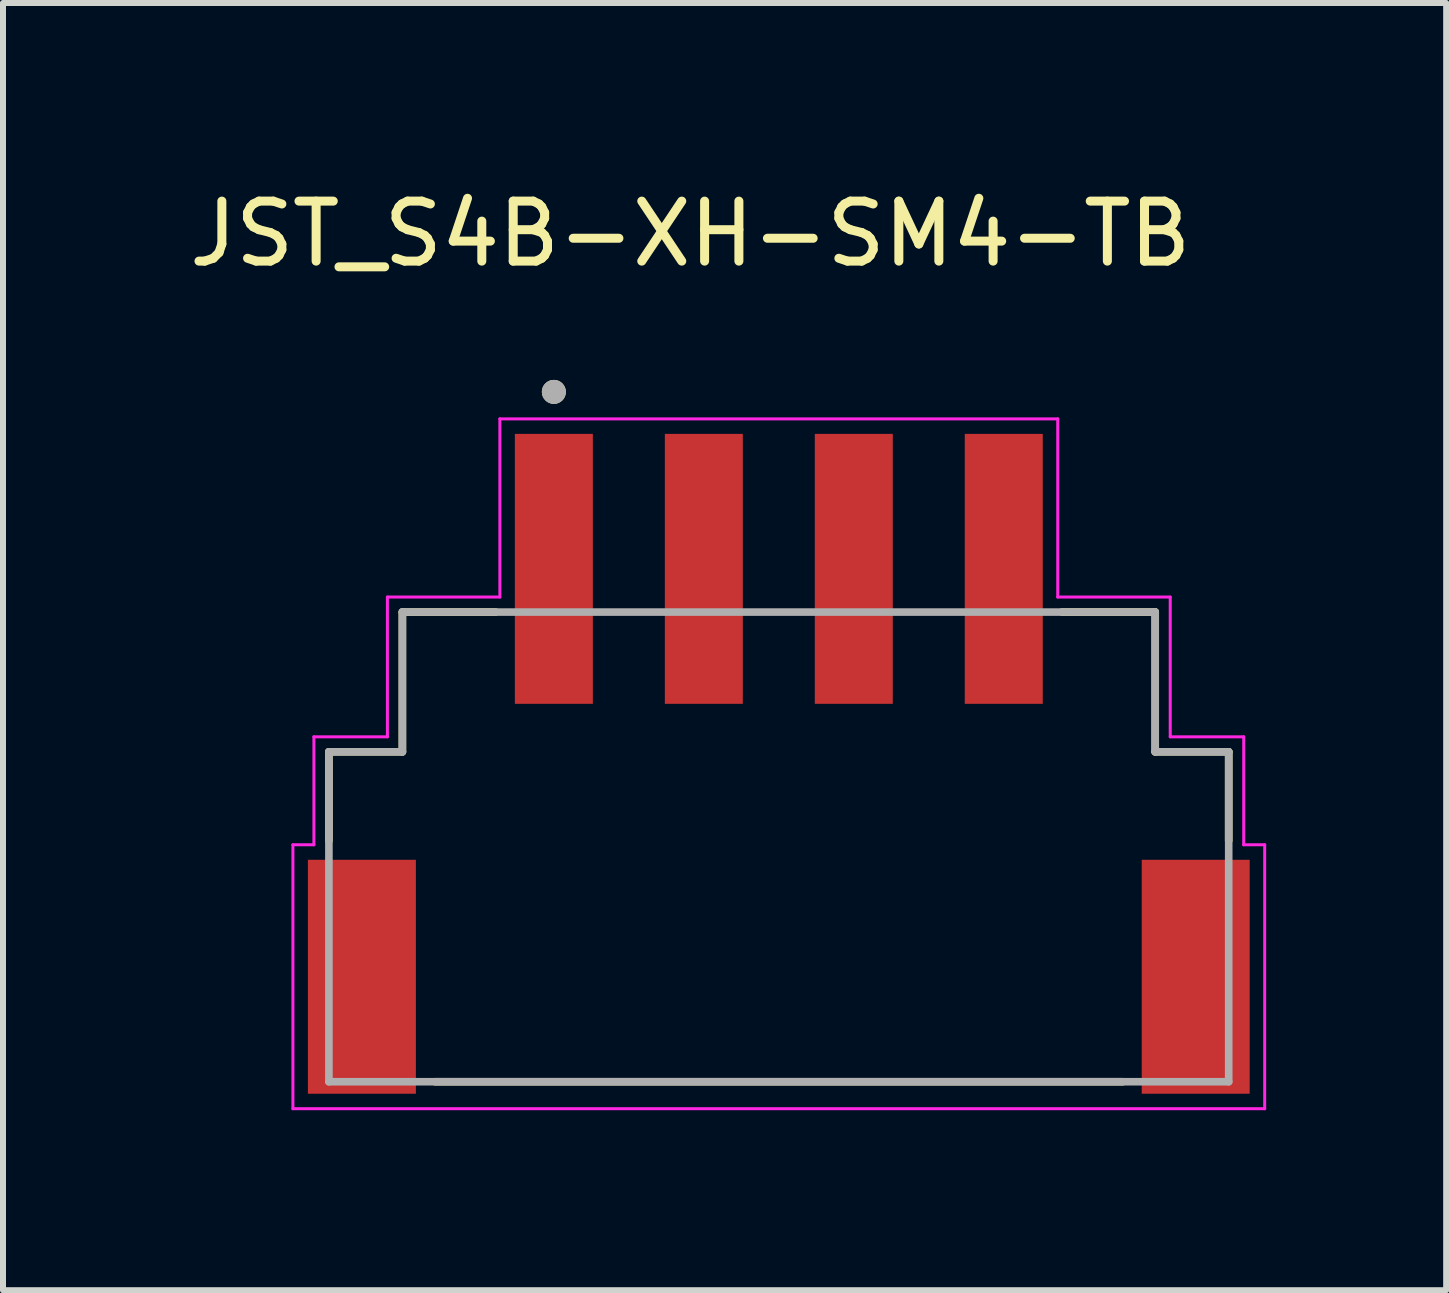
<source format=kicad_pcb>
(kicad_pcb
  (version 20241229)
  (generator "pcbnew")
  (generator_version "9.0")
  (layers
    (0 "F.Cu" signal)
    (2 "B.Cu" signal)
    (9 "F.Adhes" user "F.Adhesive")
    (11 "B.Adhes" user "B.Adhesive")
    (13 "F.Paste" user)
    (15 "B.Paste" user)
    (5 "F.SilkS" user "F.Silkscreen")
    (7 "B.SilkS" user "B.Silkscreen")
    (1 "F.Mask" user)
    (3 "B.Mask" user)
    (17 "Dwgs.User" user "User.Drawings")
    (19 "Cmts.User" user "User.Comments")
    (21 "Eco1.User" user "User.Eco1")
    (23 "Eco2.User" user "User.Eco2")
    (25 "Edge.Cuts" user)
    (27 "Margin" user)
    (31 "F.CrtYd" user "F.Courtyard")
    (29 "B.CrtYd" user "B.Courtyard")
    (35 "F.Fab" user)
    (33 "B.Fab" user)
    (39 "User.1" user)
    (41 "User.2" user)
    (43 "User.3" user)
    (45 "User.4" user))
  (footprint "JST_S4B-XH-SM4-TB"
    (layer "F.Cu")
    (at 9.933 13.233)
    (property "Reference" "JST_S4B-XH-SM4-TB" (at -1.475 -12.385 0) (layer "F.SilkS") (effects (font (size 1 1) (thickness 0.15))))
    (attr smd)
    (fp_line (start -7.5 -3.75) (end -6.275 -3.75) (stroke (width 0.127) (type solid)) (layer "F.SilkS"))
    (fp_line (start -7.5 -2.27) (end -7.5 -3.75) (stroke (width 0.127) (type solid)) (layer "F.SilkS"))
    (fp_line (start -6.275 -6.08) (end -4.72 -6.08) (stroke (width 0.127) (type solid)) (layer "F.SilkS"))
    (fp_line (start -6.275 -3.75) (end -6.275 -6.08) (stroke (width 0.127) (type solid)) (layer "F.SilkS"))
    (fp_line (start -5.73 1.75) (end 5.73 1.75) (stroke (width 0.127) (type solid)) (layer "F.SilkS"))
    (fp_line (start 4.72 -6.08) (end 6.275 -6.08) (stroke (width 0.127) (type solid)) (layer "F.SilkS"))
    (fp_line (start 6.275 -6.08) (end 6.275 -3.75) (stroke (width 0.127) (type solid)) (layer "F.SilkS"))
    (fp_line (start 6.275 -3.75) (end 7.5 -3.75) (stroke (width 0.127) (type solid)) (layer "F.SilkS"))
    (fp_line (start 7.5 -3.75) (end 7.5 -2.27) (stroke (width 0.127) (type solid)) (layer "F.SilkS"))
    (fp_circle (center -3.75 -9.75) (end -3.65 -9.75) (stroke (width 0.2) (type solid)) (fill no) (layer "F.SilkS"))
    (fp_line (start -8.1 -2.2) (end -8.1 2.2) (stroke (width 0.05) (type solid)) (layer "F.CrtYd"))
    (fp_line (start -8.1 2.2) (end 8.1 2.2) (stroke (width 0.05) (type solid)) (layer "F.CrtYd"))
    (fp_line (start -7.75 -4) (end -7.75 -2.2) (stroke (width 0.05) (type solid)) (layer "F.CrtYd"))
    (fp_line (start -7.75 -2.2) (end -8.1 -2.2) (stroke (width 0.05) (type solid)) (layer "F.CrtYd"))
    (fp_line (start -6.525 -6.33) (end -6.525 -4) (stroke (width 0.05) (type solid)) (layer "F.CrtYd"))
    (fp_line (start -6.525 -4) (end -7.75 -4) (stroke (width 0.05) (type solid)) (layer "F.CrtYd"))
    (fp_line (start -4.65 -9.3) (end -4.65 -6.33) (stroke (width 0.05) (type solid)) (layer "F.CrtYd"))
    (fp_line (start -4.65 -6.33) (end -6.525 -6.33) (stroke (width 0.05) (type solid)) (layer "F.CrtYd"))
    (fp_line (start 4.65 -9.3) (end -4.65 -9.3) (stroke (width 0.05) (type solid)) (layer "F.CrtYd"))
    (fp_line (start 4.65 -6.33) (end 4.65 -9.3) (stroke (width 0.05) (type solid)) (layer "F.CrtYd"))
    (fp_line (start 6.525 -6.33) (end 4.65 -6.33) (stroke (width 0.05) (type solid)) (layer "F.CrtYd"))
    (fp_line (start 6.525 -4) (end 6.525 -6.33) (stroke (width 0.05) (type solid)) (layer "F.CrtYd"))
    (fp_line (start 7.75 -4) (end 6.525 -4) (stroke (width 0.05) (type solid)) (layer "F.CrtYd"))
    (fp_line (start 7.75 -2.2) (end 7.75 -4) (stroke (width 0.05) (type solid)) (layer "F.CrtYd"))
    (fp_line (start 8.1 -2.2) (end 7.75 -2.2) (stroke (width 0.05) (type solid)) (layer "F.CrtYd"))
    (fp_line (start 8.1 2.2) (end 8.1 -2.2) (stroke (width 0.05) (type solid)) (layer "F.CrtYd"))
    (fp_line (start -7.5 -3.75) (end -6.275 -3.75) (stroke (width 0.127) (type solid)) (layer "F.Fab"))
    (fp_line (start -7.5 1.75) (end -7.5 -3.75) (stroke (width 0.127) (type solid)) (layer "F.Fab"))
    (fp_line (start -6.275 -6.08) (end 6.275 -6.08) (stroke (width 0.127) (type solid)) (layer "F.Fab"))
    (fp_line (start -6.275 -3.75) (end -6.275 -6.08) (stroke (width 0.127) (type solid)) (layer "F.Fab"))
    (fp_line (start 6.275 -6.08) (end 6.275 -3.75) (stroke (width 0.127) (type solid)) (layer "F.Fab"))
    (fp_line (start 6.275 -3.75) (end 7.5 -3.75) (stroke (width 0.127) (type solid)) (layer "F.Fab"))
    (fp_line (start 7.5 -3.75) (end 7.5 1.75) (stroke (width 0.127) (type solid)) (layer "F.Fab"))
    (fp_line (start 7.5 1.75) (end -7.5 1.75) (stroke (width 0.127) (type solid)) (layer "F.Fab"))
    (fp_circle (center -3.75 -9.75) (end -3.65 -9.75) (stroke (width 0.2) (type solid)) (fill no) (layer "F.Fab"))
    (pad "1" smd rect (at -3.75 -6.8) (size 1.3 4.5) (layers "F.Cu" "F.Mask" "F.Paste"))
    (pad "2" smd rect (at -1.25 -6.8) (size 1.3 4.5) (layers "F.Cu" "F.Mask" "F.Paste"))
    (pad "3" smd rect (at 1.25 -6.8) (size 1.3 4.5) (layers "F.Cu" "F.Mask" "F.Paste"))
    (pad "4" smd rect (at 3.75 -6.8) (size 1.3 4.5) (layers "F.Cu" "F.Mask" "F.Paste"))
    (pad "SH1" smd rect (at -6.95 0) (size 1.8 3.9) (layers "F.Cu" "F.Mask" "F.Paste"))
    (pad "SH2" smd rect (at 6.95 0) (size 1.8 3.9) (layers "F.Cu" "F.Mask" "F.Paste")))
  (gr_rect
    (start -3 -3)
    (end 21.058 18.458)
    (stroke (width 0.1) (type default))
    (fill no)
    (layer "Edge.Cuts")))
</source>
